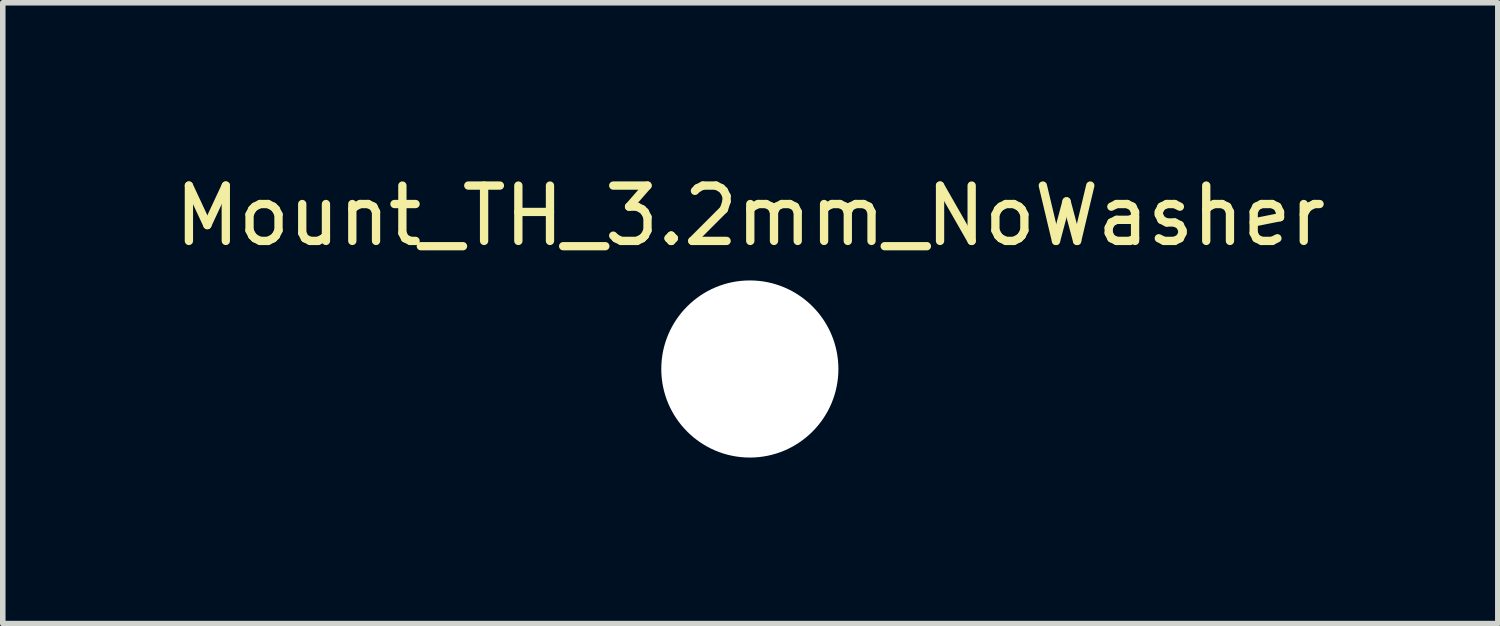
<source format=kicad_pcb>
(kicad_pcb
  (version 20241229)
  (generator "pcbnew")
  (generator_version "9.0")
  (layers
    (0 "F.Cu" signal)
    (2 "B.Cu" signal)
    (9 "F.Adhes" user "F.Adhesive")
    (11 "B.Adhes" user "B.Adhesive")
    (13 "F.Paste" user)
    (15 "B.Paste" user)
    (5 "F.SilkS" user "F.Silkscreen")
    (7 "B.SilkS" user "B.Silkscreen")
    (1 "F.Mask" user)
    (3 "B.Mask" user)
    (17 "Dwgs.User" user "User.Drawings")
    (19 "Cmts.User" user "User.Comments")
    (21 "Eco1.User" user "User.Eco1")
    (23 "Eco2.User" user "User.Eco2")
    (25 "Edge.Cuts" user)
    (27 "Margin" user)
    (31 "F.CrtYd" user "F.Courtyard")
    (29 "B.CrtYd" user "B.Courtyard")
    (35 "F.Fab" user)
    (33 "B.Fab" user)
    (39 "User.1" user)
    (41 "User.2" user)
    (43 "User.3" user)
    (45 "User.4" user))
  (footprint "Mount_TH_3.2mm_NoWasher"
    (layer "F.Cu")
    (at 10.498 3.617)
    (property "Reference" "Mount_TH_3.2mm_NoWasher" (at 0.008 -2.769 0) (layer "F.SilkS") (effects (font (size 1 1) (thickness 0.15))))
    (attr through_hole)
    (pad "" np_thru_hole circle (at 0 0) (size 3.2 3.2) (drill 3.2) (layers "*.Cu" "*.Mask")))
  (gr_rect
    (start -3 -3)
    (end 24.012 8.217)
    (stroke (width 0.1) (type default))
    (fill no)
    (layer "Edge.Cuts")))
</source>
